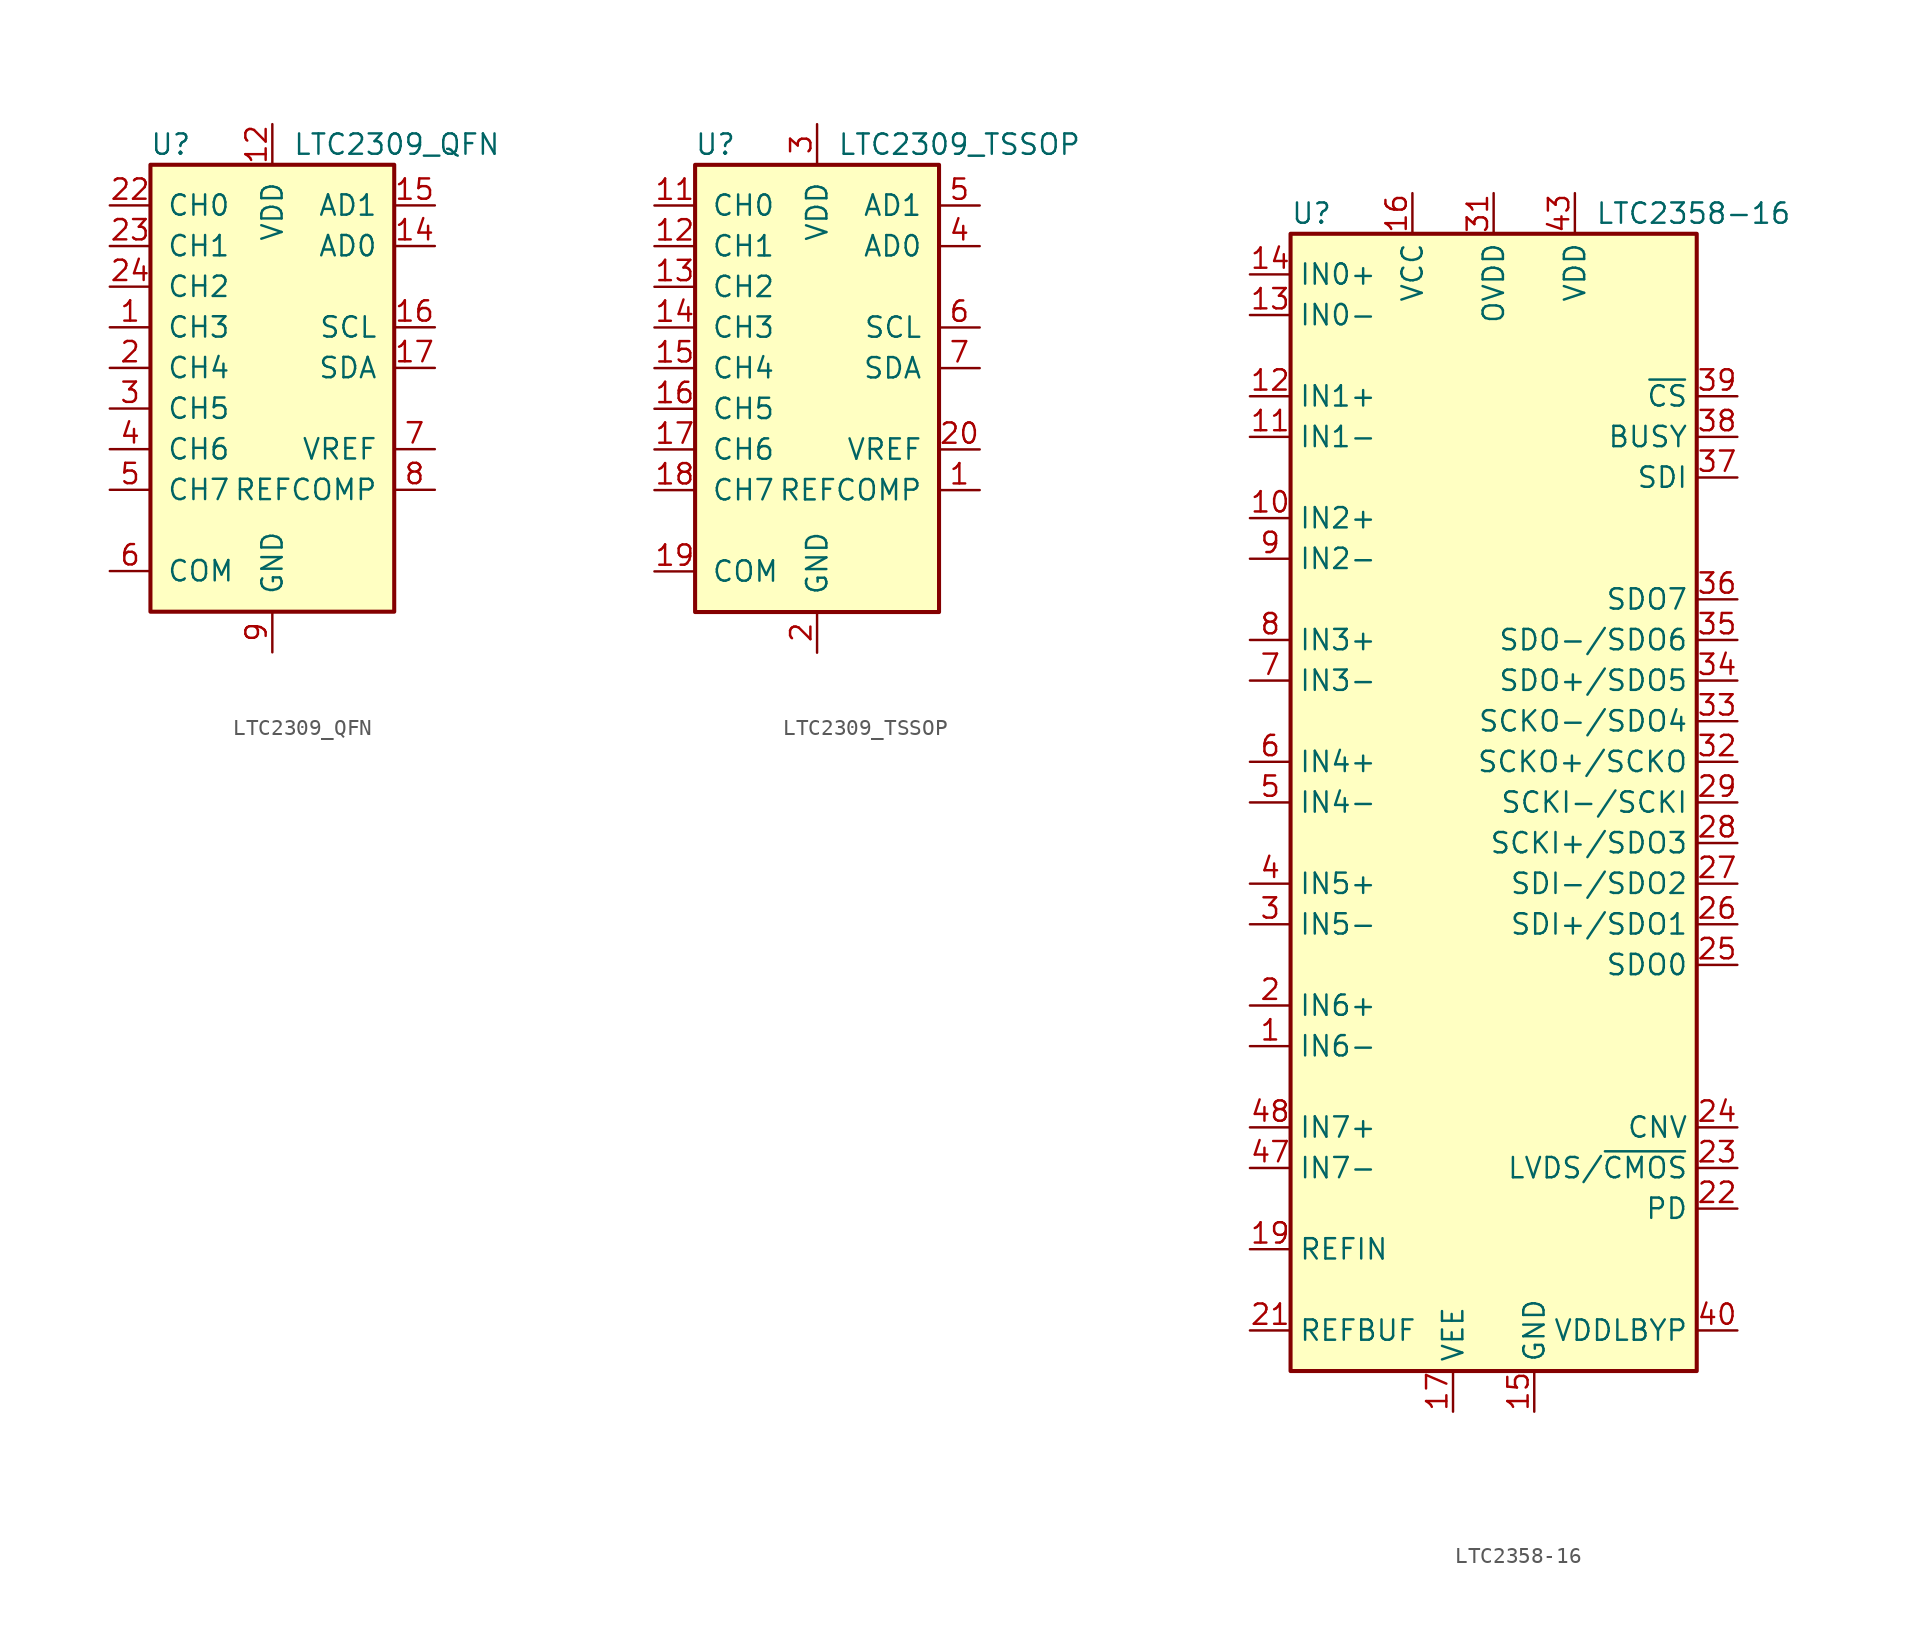
<source format=kicad_sym>
(kicad_symbol_lib
  (version 20201005)
  (generator kicad_symbol_editor)
  (symbol "Analog_ADC:LTC2309_QFN"
    (pin_names
      (offset 1.016))
    (property "Reference" "U"
      (at -6.35 13.97 0)
      (effects (font (size 1.27 1.27))))
    (property "Value" "LTC2309_QFN"
      (at 1.27 13.97 0)
      (effects (font (size 1.27 1.27)) (justify left)))
    (symbol "LTC2309_QFN_0_1"
      (rectangle (start -7.62 12.7) (end 7.62 -15.24) (stroke (width 0.254)) (fill (type background)))
      (pin input line (at -10.16 -2.54 0) (length 2.54) (name "CH5" (effects (font (size 1.27 1.27)))) (number "3" (effects (font (size 1.27 1.27))))))
    (symbol "LTC2309_QFN_1_1"
      (pin input line (at -10.16 2.54 0) (length 2.54) (name "CH3" (effects (font (size 1.27 1.27)))) (number "1" (effects (font (size 1.27 1.27)))))
      (pin passive line (at 0 -17.78 90) (length 2.54) hide (name "GND" (effects (font (size 1.27 1.27)))) (number "10" (effects (font (size 1.27 1.27)))))
      (pin passive line (at 0 -17.78 90) (length 2.54) hide (name "GND" (effects (font (size 1.27 1.27)))) (number "11" (effects (font (size 1.27 1.27)))))
      (pin power_in line (at 0 15.24 270) (length 2.54) (name "VDD" (effects (font (size 1.27 1.27)))) (number "12" (effects (font (size 1.27 1.27)))))
      (pin passive line (at 0 15.24 270) (length 2.54) hide (name "VDD" (effects (font (size 1.27 1.27)))) (number "13" (effects (font (size 1.27 1.27)))))
      (pin input line (at 10.16 7.62 180) (length 2.54) (name "AD0" (effects (font (size 1.27 1.27)))) (number "14" (effects (font (size 1.27 1.27)))))
      (pin input line (at 10.16 10.16 180) (length 2.54) (name "AD1" (effects (font (size 1.27 1.27)))) (number "15" (effects (font (size 1.27 1.27)))))
      (pin input line (at 10.16 2.54 180) (length 2.54) (name "SCL" (effects (font (size 1.27 1.27)))) (number "16" (effects (font (size 1.27 1.27)))))
      (pin bidirectional line (at 10.16 0 180) (length 2.54) (name "SDA" (effects (font (size 1.27 1.27)))) (number "17" (effects (font (size 1.27 1.27)))))
      (pin passive line (at 0 -17.78 90) (length 2.54) hide (name "GND" (effects (font (size 1.27 1.27)))) (number "18" (effects (font (size 1.27 1.27)))))
      (pin passive line (at 0 -17.78 90) (length 2.54) hide (name "GND" (effects (font (size 1.27 1.27)))) (number "19" (effects (font (size 1.27 1.27)))))
      (pin input line (at -10.16 0 0) (length 2.54) (name "CH4" (effects (font (size 1.27 1.27)))) (number "2" (effects (font (size 1.27 1.27)))))
      (pin passive line (at 0 -17.78 90) (length 2.54) hide (name "GND" (effects (font (size 1.27 1.27)))) (number "20" (effects (font (size 1.27 1.27)))))
      (pin passive line (at 0 15.24 270) (length 2.54) hide (name "VDD" (effects (font (size 1.27 1.27)))) (number "21" (effects (font (size 1.27 1.27)))))
      (pin input line (at -10.16 10.16 0) (length 2.54) (name "CH0" (effects (font (size 1.27 1.27)))) (number "22" (effects (font (size 1.27 1.27)))))
      (pin input line (at -10.16 7.62 0) (length 2.54) (name "CH1" (effects (font (size 1.27 1.27)))) (number "23" (effects (font (size 1.27 1.27)))))
      (pin input line (at -10.16 5.08 0) (length 2.54) (name "CH2" (effects (font (size 1.27 1.27)))) (number "24" (effects (font (size 1.27 1.27)))))
      (pin passive line (at 0 -17.78 90) (length 2.54) hide (name "GND" (effects (font (size 1.27 1.27)))) (number "25" (effects (font (size 1.27 1.27)))))
      (pin input line (at -10.16 -5.08 0) (length 2.54) (name "CH6" (effects (font (size 1.27 1.27)))) (number "4" (effects (font (size 1.27 1.27)))))
      (pin input line (at -10.16 -7.62 0) (length 2.54) (name "CH7" (effects (font (size 1.27 1.27)))) (number "5" (effects (font (size 1.27 1.27)))))
      (pin input line (at -10.16 -12.7 0) (length 2.54) (name "COM" (effects (font (size 1.27 1.27)))) (number "6" (effects (font (size 1.27 1.27)))))
      (pin input line (at 10.16 -5.08 180) (length 2.54) (name "VREF" (effects (font (size 1.27 1.27)))) (number "7" (effects (font (size 1.27 1.27)))))
      (pin input line (at 10.16 -7.62 180) (length 2.54) (name "REFCOMP" (effects (font (size 1.27 1.27)))) (number "8" (effects (font (size 1.27 1.27)))))
      (pin power_in line (at 0 -17.78 90) (length 2.54) (name "GND" (effects (font (size 1.27 1.27)))) (number "9" (effects (font (size 1.27 1.27)))))))
  (symbol "Analog_ADC:LTC2309_TSSOP"
    (pin_names
      (offset 1.016))
    (property "Reference" "U"
      (at -6.35 13.97 0)
      (effects (font (size 1.27 1.27))))
    (property "Value" "LTC2309_TSSOP"
      (at 8.89 13.97 0)
      (effects (font (size 1.27 1.27))))
    (symbol "LTC2309_TSSOP_0_1"
      (rectangle (start -7.62 12.7) (end 7.62 -15.24) (stroke (width 0.254)) (fill (type background)))
      (pin input line (at -10.16 -2.54 0) (length 2.54) (name "CH5" (effects (font (size 1.27 1.27)))) (number "16" (effects (font (size 1.27 1.27))))))
    (symbol "LTC2309_TSSOP_1_1"
      (pin input line (at 10.16 -7.62 180) (length 2.54) (name "REFCOMP" (effects (font (size 1.27 1.27)))) (number "1" (effects (font (size 1.27 1.27)))))
      (pin passive line (at 0 15.24 270) (length 2.54) hide (name "VDD" (effects (font (size 1.27 1.27)))) (number "10" (effects (font (size 1.27 1.27)))))
      (pin input line (at -10.16 10.16 0) (length 2.54) (name "CH0" (effects (font (size 1.27 1.27)))) (number "11" (effects (font (size 1.27 1.27)))))
      (pin input line (at -10.16 7.62 0) (length 2.54) (name "CH1" (effects (font (size 1.27 1.27)))) (number "12" (effects (font (size 1.27 1.27)))))
      (pin input line (at -10.16 5.08 0) (length 2.54) (name "CH2" (effects (font (size 1.27 1.27)))) (number "13" (effects (font (size 1.27 1.27)))))
      (pin input line (at -10.16 2.54 0) (length 2.54) (name "CH3" (effects (font (size 1.27 1.27)))) (number "14" (effects (font (size 1.27 1.27)))))
      (pin input line (at -10.16 0 0) (length 2.54) (name "CH4" (effects (font (size 1.27 1.27)))) (number "15" (effects (font (size 1.27 1.27)))))
      (pin input line (at -10.16 -5.08 0) (length 2.54) (name "CH6" (effects (font (size 1.27 1.27)))) (number "17" (effects (font (size 1.27 1.27)))))
      (pin input line (at -10.16 -7.62 0) (length 2.54) (name "CH7" (effects (font (size 1.27 1.27)))) (number "18" (effects (font (size 1.27 1.27)))))
      (pin input line (at -10.16 -12.7 0) (length 2.54) (name "COM" (effects (font (size 1.27 1.27)))) (number "19" (effects (font (size 1.27 1.27)))))
      (pin power_in line (at 0 -17.78 90) (length 2.54) (name "GND" (effects (font (size 1.27 1.27)))) (number "2" (effects (font (size 1.27 1.27)))))
      (pin input line (at 10.16 -5.08 180) (length 2.54) (name "VREF" (effects (font (size 1.27 1.27)))) (number "20" (effects (font (size 1.27 1.27)))))
      (pin power_in line (at 0 15.24 270) (length 2.54) (name "VDD" (effects (font (size 1.27 1.27)))) (number "3" (effects (font (size 1.27 1.27)))))
      (pin input line (at 10.16 7.62 180) (length 2.54) (name "AD0" (effects (font (size 1.27 1.27)))) (number "4" (effects (font (size 1.27 1.27)))))
      (pin input line (at 10.16 10.16 180) (length 2.54) (name "AD1" (effects (font (size 1.27 1.27)))) (number "5" (effects (font (size 1.27 1.27)))))
      (pin input line (at 10.16 2.54 180) (length 2.54) (name "SCL" (effects (font (size 1.27 1.27)))) (number "6" (effects (font (size 1.27 1.27)))))
      (pin bidirectional line (at 10.16 0 180) (length 2.54) (name "SDA" (effects (font (size 1.27 1.27)))) (number "7" (effects (font (size 1.27 1.27)))))
      (pin passive line (at 0 -17.78 90) (length 2.54) hide (name "GND" (effects (font (size 1.27 1.27)))) (number "8" (effects (font (size 1.27 1.27)))))
      (pin passive line (at 0 -17.78 90) (length 2.54) hide (name "GND" (effects (font (size 1.27 1.27)))) (number "9" (effects (font (size 1.27 1.27)))))))
  (symbol "Analog_ADC:LTC2358-16"
    (property "Reference" "U"
      (at -12.7 36.83 0)
      (effects (font (size 1.27 1.27)) (justify left)))
    (property "Value" "LTC2358-16"
      (at 6.35 36.83 0)
      (effects (font (size 1.27 1.27)) (justify left)))
    (symbol "LTC2358-16_0_1"
      (rectangle (start -12.7 35.56) (end 12.7 -35.56) (stroke (width 0.254)) (fill (type background))))
    (symbol "LTC2358-16_1_1"
      (pin input line (at -15.24 -15.24 0) (length 2.54) (name "IN6-" (effects (font (size 1.27 1.27)))) (number "1" (effects (font (size 1.27 1.27)))))
      (pin input line (at -15.24 17.78 0) (length 2.54) (name "IN2+" (effects (font (size 1.27 1.27)))) (number "10" (effects (font (size 1.27 1.27)))))
      (pin input line (at -15.24 22.86 0) (length 2.54) (name "IN1-" (effects (font (size 1.27 1.27)))) (number "11" (effects (font (size 1.27 1.27)))))
      (pin input line (at -15.24 25.4 0) (length 2.54) (name "IN1+" (effects (font (size 1.27 1.27)))) (number "12" (effects (font (size 1.27 1.27)))))
      (pin input line (at -15.24 30.48 0) (length 2.54) (name "IN0-" (effects (font (size 1.27 1.27)))) (number "13" (effects (font (size 1.27 1.27)))))
      (pin input line (at -15.24 33.02 0) (length 2.54) (name "IN0+" (effects (font (size 1.27 1.27)))) (number "14" (effects (font (size 1.27 1.27)))))
      (pin power_in line (at 2.54 -38.1 90) (length 2.54) (name "GND" (effects (font (size 1.27 1.27)))) (number "15" (effects (font (size 1.27 1.27)))))
      (pin power_in line (at -5.08 38.1 270) (length 2.54) (name "VCC" (effects (font (size 1.27 1.27)))) (number "16" (effects (font (size 1.27 1.27)))))
      (pin power_in line (at -2.54 -38.1 90) (length 2.54) (name "VEE" (effects (font (size 1.27 1.27)))) (number "17" (effects (font (size 1.27 1.27)))))
      (pin passive line (at 2.54 -38.1 90) (length 2.54) hide (name "GND" (effects (font (size 1.27 1.27)))) (number "18" (effects (font (size 1.27 1.27)))))
      (pin passive line (at -15.24 -27.94 0) (length 2.54) (name "REFIN" (effects (font (size 1.27 1.27)))) (number "19" (effects (font (size 1.27 1.27)))))
      (pin input line (at -15.24 -12.7 0) (length 2.54) (name "IN6+" (effects (font (size 1.27 1.27)))) (number "2" (effects (font (size 1.27 1.27)))))
      (pin passive line (at 2.54 -38.1 90) (length 2.54) hide (name "GND" (effects (font (size 1.27 1.27)))) (number "20" (effects (font (size 1.27 1.27)))))
      (pin passive line (at -15.24 -33.02 0) (length 2.54) (name "REFBUF" (effects (font (size 1.27 1.27)))) (number "21" (effects (font (size 1.27 1.27)))))
      (pin input line (at 15.24 -25.4 180) (length 2.54) (name "PD" (effects (font (size 1.27 1.27)))) (number "22" (effects (font (size 1.27 1.27)))))
      (pin input line (at 15.24 -22.86 180) (length 2.54) (name "LVDS/~CMOS" (effects (font (size 1.27 1.27)))) (number "23" (effects (font (size 1.27 1.27)))))
      (pin input line (at 15.24 -20.32 180) (length 2.54) (name "CNV" (effects (font (size 1.27 1.27)))) (number "24" (effects (font (size 1.27 1.27)))))
      (pin tri_state line (at 15.24 -10.16 180) (length 2.54) (name "SDO0" (effects (font (size 1.27 1.27)))) (number "25" (effects (font (size 1.27 1.27)))))
      (pin bidirectional line (at 15.24 -7.62 180) (length 2.54) (name "SDI+/SDO1" (effects (font (size 1.27 1.27)))) (number "26" (effects (font (size 1.27 1.27)))))
      (pin bidirectional line (at 15.24 -5.08 180) (length 2.54) (name "SDI-/SDO2" (effects (font (size 1.27 1.27)))) (number "27" (effects (font (size 1.27 1.27)))))
      (pin bidirectional line (at 15.24 -2.54 180) (length 2.54) (name "SCKI+/SDO3" (effects (font (size 1.27 1.27)))) (number "28" (effects (font (size 1.27 1.27)))))
      (pin input line (at 15.24 0 180) (length 2.54) (name "SCKI-/SCKI" (effects (font (size 1.27 1.27)))) (number "29" (effects (font (size 1.27 1.27)))))
      (pin input line (at -15.24 -7.62 0) (length 2.54) (name "IN5-" (effects (font (size 1.27 1.27)))) (number "3" (effects (font (size 1.27 1.27)))))
      (pin passive line (at 2.54 -38.1 90) (length 2.54) hide (name "GND" (effects (font (size 1.27 1.27)))) (number "30" (effects (font (size 1.27 1.27)))))
      (pin power_in line (at 0 38.1 270) (length 2.54) (name "OVDD" (effects (font (size 1.27 1.27)))) (number "31" (effects (font (size 1.27 1.27)))))
      (pin tri_state line (at 15.24 2.54 180) (length 2.54) (name "SCKO+/SCKO" (effects (font (size 1.27 1.27)))) (number "32" (effects (font (size 1.27 1.27)))))
      (pin tri_state line (at 15.24 5.08 180) (length 2.54) (name "SCKO-/SDO4" (effects (font (size 1.27 1.27)))) (number "33" (effects (font (size 1.27 1.27)))))
      (pin tri_state line (at 15.24 7.62 180) (length 2.54) (name "SDO+/SDO5" (effects (font (size 1.27 1.27)))) (number "34" (effects (font (size 1.27 1.27)))))
      (pin tri_state line (at 15.24 10.16 180) (length 2.54) (name "SDO-/SDO6" (effects (font (size 1.27 1.27)))) (number "35" (effects (font (size 1.27 1.27)))))
      (pin tri_state line (at 15.24 12.7 180) (length 2.54) (name "SDO7" (effects (font (size 1.27 1.27)))) (number "36" (effects (font (size 1.27 1.27)))))
      (pin input line (at 15.24 20.32 180) (length 2.54) (name "SDI" (effects (font (size 1.27 1.27)))) (number "37" (effects (font (size 1.27 1.27)))))
      (pin output line (at 15.24 22.86 180) (length 2.54) (name "BUSY" (effects (font (size 1.27 1.27)))) (number "38" (effects (font (size 1.27 1.27)))))
      (pin input line (at 15.24 25.4 180) (length 2.54) (name "~CS" (effects (font (size 1.27 1.27)))) (number "39" (effects (font (size 1.27 1.27)))))
      (pin input line (at -15.24 -5.08 0) (length 2.54) (name "IN5+" (effects (font (size 1.27 1.27)))) (number "4" (effects (font (size 1.27 1.27)))))
      (pin passive line (at 15.24 -33.02 180) (length 2.54) (name "VDDLBYP" (effects (font (size 1.27 1.27)))) (number "40" (effects (font (size 1.27 1.27)))))
      (pin passive line (at 2.54 -38.1 90) (length 2.54) hide (name "GND" (effects (font (size 1.27 1.27)))) (number "41" (effects (font (size 1.27 1.27)))))
      (pin passive line (at 5.08 38.1 270) (length 2.54) hide (name "VDD" (effects (font (size 1.27 1.27)))) (number "42" (effects (font (size 1.27 1.27)))))
      (pin power_in line (at 5.08 38.1 270) (length 2.54) (name "VDD" (effects (font (size 1.27 1.27)))) (number "43" (effects (font (size 1.27 1.27)))))
      (pin passive line (at 2.54 -38.1 90) (length 2.54) hide (name "GND" (effects (font (size 1.27 1.27)))) (number "44" (effects (font (size 1.27 1.27)))))
      (pin passive line (at -2.54 -38.1 90) (length 2.54) hide (name "VEE" (effects (font (size 1.27 1.27)))) (number "45" (effects (font (size 1.27 1.27)))))
      (pin passive line (at 2.54 -38.1 90) (length 2.54) hide (name "GND" (effects (font (size 1.27 1.27)))) (number "46" (effects (font (size 1.27 1.27)))))
      (pin input line (at -15.24 -22.86 0) (length 2.54) (name "IN7-" (effects (font (size 1.27 1.27)))) (number "47" (effects (font (size 1.27 1.27)))))
      (pin input line (at -15.24 -20.32 0) (length 2.54) (name "IN7+" (effects (font (size 1.27 1.27)))) (number "48" (effects (font (size 1.27 1.27)))))
      (pin input line (at -15.24 0 0) (length 2.54) (name "IN4-" (effects (font (size 1.27 1.27)))) (number "5" (effects (font (size 1.27 1.27)))))
      (pin input line (at -15.24 2.54 0) (length 2.54) (name "IN4+" (effects (font (size 1.27 1.27)))) (number "6" (effects (font (size 1.27 1.27)))))
      (pin input line (at -15.24 7.62 0) (length 2.54) (name "IN3-" (effects (font (size 1.27 1.27)))) (number "7" (effects (font (size 1.27 1.27)))))
      (pin input line (at -15.24 10.16 0) (length 2.54) (name "IN3+" (effects (font (size 1.27 1.27)))) (number "8" (effects (font (size 1.27 1.27)))))
      (pin input line (at -15.24 15.24 0) (length 2.54) (name "IN2-" (effects (font (size 1.27 1.27)))) (number "9" (effects (font (size 1.27 1.27))))))))
</source>
